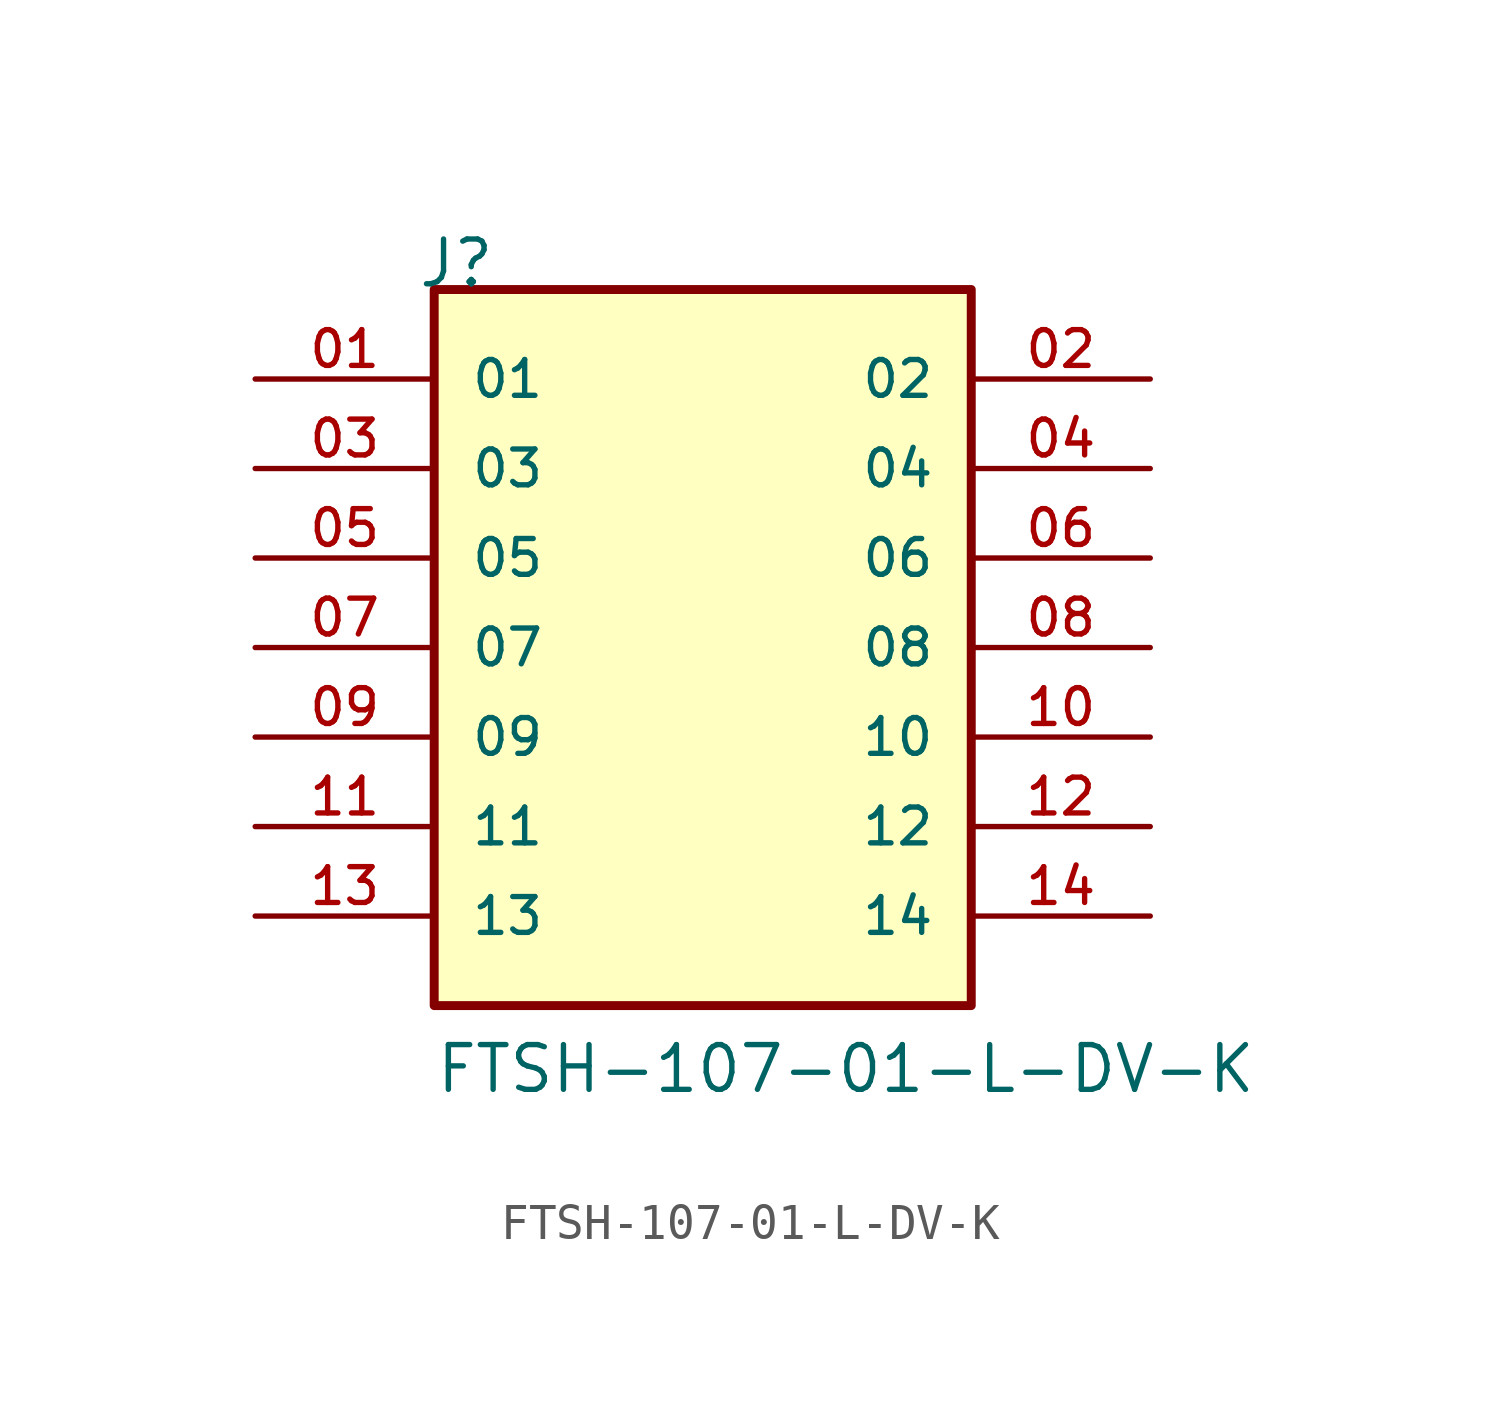
<source format=kicad_sym>
(kicad_symbol_lib
  (version 20211014)
  (generator kicad_symbol_editor)
  (symbol "FTSH-107-01-L-DV-K"
    (pin_names
      (offset 1.016))
    (property "Reference" "J"
      (at -8.12 10.16 0)
      (effects (font (size 1.27 1.27)) (justify bottom left)))
    (property "Value" "FTSH-107-01-L-DV-K"
      (at -7.62 -12.7 0)
      (effects (font (size 1.27 1.27)) (justify bottom left)))
    (symbol "FTSH-107-01-L-DV-K_0_0"
      (rectangle (start -7.62 -10.16) (end 7.62 10.16) (stroke (width 0.254)) (fill (type background)))
      (pin passive line (at -12.7 7.62 0) (length 5.08) (name "01" (effects (font (size 1.016 1.016)))) (number "01" (effects (font (size 1.016 1.016)))))
      (pin passive line (at 12.7 7.62 180.0) (length 5.08) (name "02" (effects (font (size 1.016 1.016)))) (number "02" (effects (font (size 1.016 1.016)))))
      (pin passive line (at -12.7 5.08 0) (length 5.08) (name "03" (effects (font (size 1.016 1.016)))) (number "03" (effects (font (size 1.016 1.016)))))
      (pin passive line (at 12.7 5.08 180.0) (length 5.08) (name "04" (effects (font (size 1.016 1.016)))) (number "04" (effects (font (size 1.016 1.016)))))
      (pin passive line (at -12.7 2.54 0) (length 5.08) (name "05" (effects (font (size 1.016 1.016)))) (number "05" (effects (font (size 1.016 1.016)))))
      (pin passive line (at 12.7 2.54 180.0) (length 5.08) (name "06" (effects (font (size 1.016 1.016)))) (number "06" (effects (font (size 1.016 1.016)))))
      (pin passive line (at -12.7 0.0 0) (length 5.08) (name "07" (effects (font (size 1.016 1.016)))) (number "07" (effects (font (size 1.016 1.016)))))
      (pin passive line (at 12.7 0.0 180.0) (length 5.08) (name "08" (effects (font (size 1.016 1.016)))) (number "08" (effects (font (size 1.016 1.016)))))
      (pin passive line (at -12.7 -2.54 0) (length 5.08) (name "09" (effects (font (size 1.016 1.016)))) (number "09" (effects (font (size 1.016 1.016)))))
      (pin passive line (at 12.7 -2.54 180.0) (length 5.08) (name "10" (effects (font (size 1.016 1.016)))) (number "10" (effects (font (size 1.016 1.016)))))
      (pin passive line (at -12.7 -5.08 0) (length 5.08) (name "11" (effects (font (size 1.016 1.016)))) (number "11" (effects (font (size 1.016 1.016)))))
      (pin passive line (at 12.7 -5.08 180.0) (length 5.08) (name "12" (effects (font (size 1.016 1.016)))) (number "12" (effects (font (size 1.016 1.016)))))
      (pin passive line (at -12.7 -7.62 0) (length 5.08) (name "13" (effects (font (size 1.016 1.016)))) (number "13" (effects (font (size 1.016 1.016)))))
      (pin passive line (at 12.7 -7.62 180.0) (length 5.08) (name "14" (effects (font (size 1.016 1.016)))) (number "14" (effects (font (size 1.016 1.016))))))))
</source>
